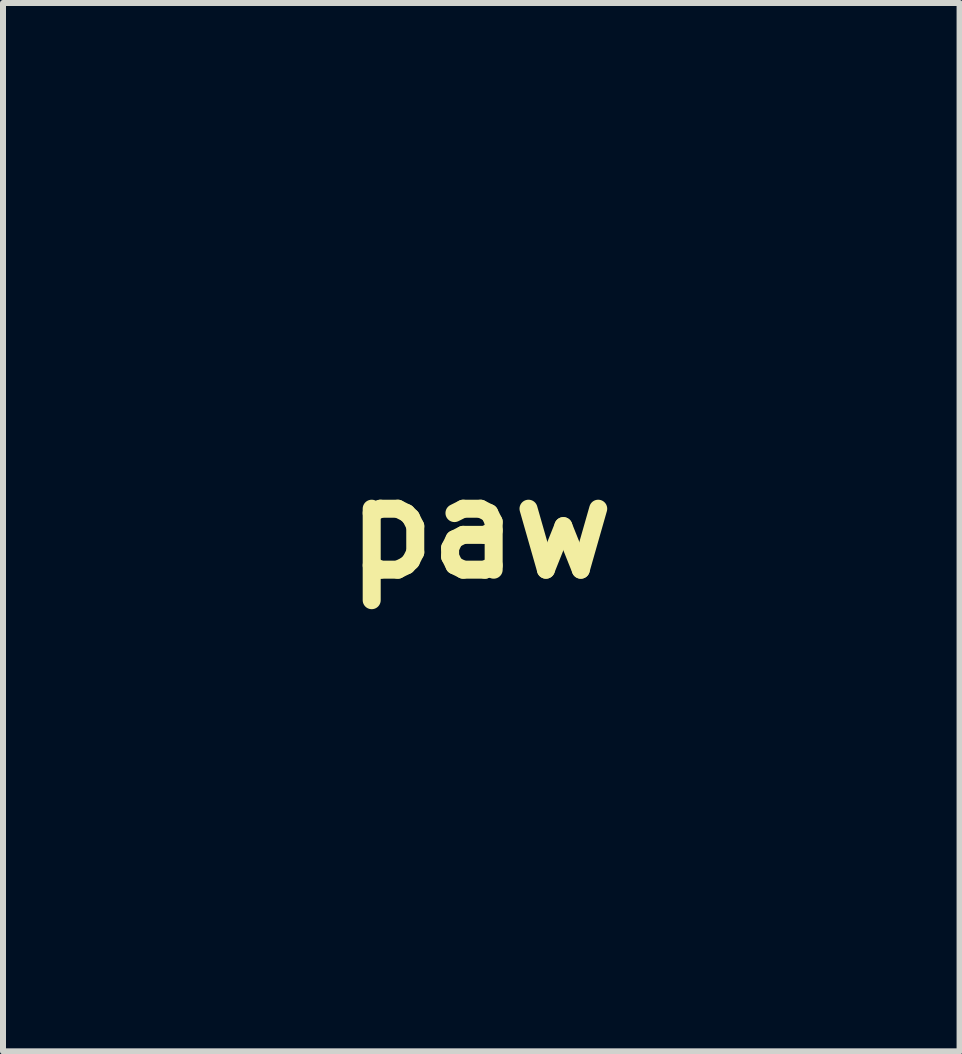
<source format=kicad_pcb>
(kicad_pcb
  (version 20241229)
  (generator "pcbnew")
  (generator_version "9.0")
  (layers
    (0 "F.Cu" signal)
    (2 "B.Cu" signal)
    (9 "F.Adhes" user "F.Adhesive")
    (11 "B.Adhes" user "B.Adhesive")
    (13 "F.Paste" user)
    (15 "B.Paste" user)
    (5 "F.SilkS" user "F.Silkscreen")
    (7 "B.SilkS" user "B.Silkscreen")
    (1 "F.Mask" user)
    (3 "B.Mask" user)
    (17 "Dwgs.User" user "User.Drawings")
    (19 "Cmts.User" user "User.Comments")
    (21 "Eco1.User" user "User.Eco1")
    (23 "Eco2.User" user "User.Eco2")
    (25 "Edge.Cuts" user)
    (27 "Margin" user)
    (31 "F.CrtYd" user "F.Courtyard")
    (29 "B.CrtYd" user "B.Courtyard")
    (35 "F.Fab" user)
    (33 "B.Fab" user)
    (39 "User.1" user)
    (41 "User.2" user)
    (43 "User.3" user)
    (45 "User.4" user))
  (footprint "paw"
    (layer "F.Cu")
    (at 4.957 5.752)
    (property "Reference" "paw" (at 0 0 0) (layer "F.SilkS") (effects (font (size 1.524 1.524) (thickness 0.3))))
    (attr through_hole)
    (fp_poly (pts (xy -1.397 -4.356) (xy -1.41 -4.343) (xy -1.422 -4.356) (xy -1.41 -4.369) (xy -1.397 -4.356)) (stroke (width 0.01) (type solid)) (fill yes) (layer "F.Mask"))
    (fp_poly (pts (xy 0.762 5.601) (xy 0.749 5.613) (xy 0.737 5.601) (xy 0.749 5.588) (xy 0.762 5.601)) (stroke (width 0.01) (type solid)) (fill yes) (layer "F.Mask"))
    (fp_poly (pts (xy 3.023 -3.924) (xy 3.01 -3.912) (xy 2.997 -3.924) (xy 3.01 -3.937) (xy 3.023 -3.924)) (stroke (width 0.01) (type solid)) (fill yes) (layer "F.Mask"))
    (fp_poly (pts (xy 4.191 -2.553) (xy 4.178 -2.54) (xy 4.166 -2.553) (xy 4.178 -2.565) (xy 4.191 -2.553)) (stroke (width 0.01) (type solid)) (fill yes) (layer "F.Mask"))
    (fp_poly (pts (xy -3.285 -2.545) (xy -3.282 -2.505) (xy -3.287 -2.496) (xy -3.298 -2.504) (xy -3.3 -2.529) (xy -3.294 -2.557) (xy -3.285 -2.545)) (stroke (width 0.01) (type solid)) (fill yes) (layer "F.Mask"))
    (fp_poly (pts (xy -0.668 -4.348) (xy -0.665 -4.308) (xy -0.67 -4.299) (xy -0.682 -4.307) (xy -0.684 -4.333) (xy -0.678 -4.36) (xy -0.668 -4.348)) (stroke (width 0.01) (type solid)) (fill yes) (layer "F.Mask"))
    (fp_poly (pts (xy -0.262 -2.545) (xy -0.259 -2.505) (xy -0.264 -2.496) (xy -0.276 -2.504) (xy -0.277 -2.529) (xy -0.271 -2.557) (xy -0.262 -2.545)) (stroke (width 0.01) (type solid)) (fill yes) (layer "F.Mask"))
    (fp_poly (pts (xy 1.77 -1.998) (xy 1.773 -1.968) (xy 1.77 -1.964) (xy 1.754 -1.968) (xy 1.753 -1.981) (xy 1.762 -2.002) (xy 1.77 -1.998)) (stroke (width 0.01) (type solid)) (fill yes) (layer "F.Mask"))
    (fp_poly (pts (xy 4.132 1.507) (xy 4.128 1.522) (xy 4.115 1.524) (xy 4.094 1.515) (xy 4.098 1.507) (xy 4.128 1.504) (xy 4.132 1.507)) (stroke (width 0.01) (type solid)) (fill yes) (layer "F.Mask"))
    (fp_poly (pts (xy -4.627 -1) (xy -4.63 -0.968) (xy -4.646 -0.954) (xy -4.672 -0.961) (xy -4.683 -0.978) (xy -4.679 -1.011) (xy -4.66 -1.016) (xy -4.627 -1)) (stroke (width 0.01) (type solid)) (fill yes) (layer "F.Mask"))
    (fp_poly (pts (xy -1.479 -0.042) (xy -1.493 -0.011) (xy -1.517 0.016) (xy -1.536 0.000421) (xy -1.536 -0.038) (xy -1.522 -0.052) (xy -1.484 -0.066) (xy -1.479 -0.042)) (stroke (width 0.01) (type solid)) (fill yes) (layer "F.Mask"))
    (fp_poly (pts (xy 2.409 0.158) (xy 2.395 0.18) (xy 2.363 0.193) (xy 2.352 0.182) (xy 2.354 0.147) (xy 2.363 0.139) (xy 2.4 0.133) (xy 2.409 0.158)) (stroke (width 0.01) (type solid)) (fill yes) (layer "F.Mask"))
    (fp_poly (pts (xy -4.783 -0.822) (xy -4.788 -0.813) (xy -4.812 -0.789) (xy -4.816 -0.787) (xy -4.818 -0.804) (xy -4.813 -0.813) (xy -4.789 -0.837) (xy -4.785 -0.838) (xy -4.783 -0.822)) (stroke (width 0.01) (type solid)) (fill yes) (layer "F.Mask"))
    (fp_poly (pts (xy -3.335 0.575) (xy -3.34 0.584) (xy -3.364 0.608) (xy -3.368 0.61) (xy -3.37 0.593) (xy -3.365 0.584) (xy -3.342 0.56) (xy -3.337 0.559) (xy -3.335 0.575)) (stroke (width 0.01) (type solid)) (fill yes) (layer "F.Mask"))
    (fp_poly (pts (xy -3.104 -0.13) (xy -3.106 -0.077) (xy -3.124 -0.041) (xy -3.149 -0.036) (xy -3.161 -0.048) (xy -3.162 -0.088) (xy -3.145 -0.133) (xy -3.113 -0.191) (xy -3.104 -0.13)) (stroke (width 0.01) (type solid)) (fill yes) (layer "F.Mask"))
    (fp_poly (pts (xy -2.345 -2.397) (xy -2.349 -2.388) (xy -2.373 -2.363) (xy -2.378 -2.362) (xy -2.38 -2.379) (xy -2.375 -2.388) (xy -2.351 -2.412) (xy -2.347 -2.413) (xy -2.345 -2.397)) (stroke (width 0.01) (type solid)) (fill yes) (layer "F.Mask"))
    (fp_poly (pts (xy -1.278 -0.161) (xy -1.283 -0.152) (xy -1.307 -0.128) (xy -1.311 -0.127) (xy -1.313 -0.143) (xy -1.308 -0.152) (xy -1.284 -0.177) (xy -1.28 -0.178) (xy -1.278 -0.161)) (stroke (width 0.01) (type solid)) (fill yes) (layer "F.Mask"))
    (fp_poly (pts (xy 1.515 -4.392) (xy 1.516 -4.387) (xy 1.52 -4.332) (xy 1.515 -4.311) (xy 1.507 -4.31) (xy 1.504 -4.35) (xy 1.504 -4.356) (xy 1.507 -4.395) (xy 1.515 -4.392)) (stroke (width 0.01) (type solid)) (fill yes) (layer "F.Mask"))
    (fp_poly (pts (xy 3.831 -3.583) (xy 3.817 -3.536) (xy 3.81 -3.518) (xy 3.793 -3.489) (xy 3.787 -3.505) (xy 3.799 -3.559) (xy 3.81 -3.581) (xy 3.829 -3.601) (xy 3.831 -3.583)) (stroke (width 0.01) (type solid)) (fill yes) (layer "F.Mask"))
    (fp_poly (pts (xy 3.937 1.634) (xy 3.937 1.648) (xy 3.935 1.692) (xy 3.918 1.696) (xy 3.891 1.68) (xy 3.873 1.657) (xy 3.898 1.627) (xy 3.928 1.609) (xy 3.937 1.634)) (stroke (width 0.01) (type solid)) (fill yes) (layer "F.Mask"))
    (fp_poly (pts (xy 4.969 -2.182) (xy 4.971 -2.178) (xy 4.974 -2.122) (xy 4.97 -2.101) (xy 4.961 -2.101) (xy 4.958 -2.14) (xy 4.958 -2.146) (xy 4.962 -2.186) (xy 4.969 -2.182)) (stroke (width 0.01) (type solid)) (fill yes) (layer "F.Mask"))
    (fp_poly (pts (xy -4.883 -0.67) (xy -4.893 -0.622) (xy -4.913 -0.547) (xy -4.932 -0.504) (xy -4.947 -0.499) (xy -4.952 -0.535) (xy -4.938 -0.606) (xy -4.915 -0.649) (xy -4.889 -0.679) (xy -4.883 -0.67)) (stroke (width 0.01) (type solid)) (fill yes) (layer "F.Mask"))
    (fp_poly (pts (xy 3.34 3.087) (xy 3.353 3.106) (xy 3.372 3.167) (xy 3.371 3.207) (xy 3.361 3.237) (xy 3.356 3.226) (xy 3.348 3.172) (xy 3.338 3.124) (xy 3.331 3.083) (xy 3.34 3.087)) (stroke (width 0.01) (type solid)) (fill yes) (layer "F.Mask"))
    (fp_poly (pts (xy -2.73 -1.723) (xy -2.722 -1.685) (xy -2.739 -1.636) (xy -2.77 -1.603) (xy -2.783 -1.6) (xy -2.816 -1.612) (xy -2.819 -1.621) (xy -2.806 -1.658) (xy -2.776 -1.699) (xy -2.744 -1.723) (xy -2.73 -1.723)) (stroke (width 0.01) (type solid)) (fill yes) (layer "F.Mask"))
    (fp_poly (pts (xy -1.047 -0.435) (xy -1.052 -0.394) (xy -1.08 -0.34) (xy -1.115 -0.295) (xy -1.143 -0.279) (xy -1.146 -0.298) (xy -1.126 -0.346) (xy -1.112 -0.372) (xy -1.077 -0.422) (xy -1.052 -0.44) (xy -1.047 -0.435)) (stroke (width 0.01) (type solid)) (fill yes) (layer "F.Mask"))
    (fp_poly (pts (xy -0.442 -1.773) (xy -0.437 -1.726) (xy -0.443 -1.688) (xy -0.466 -1.638) (xy -0.491 -1.629) (xy -0.507 -1.664) (xy -0.508 -1.683) (xy -0.498 -1.744) (xy -0.485 -1.774) (xy -0.46 -1.793) (xy -0.442 -1.773)) (stroke (width 0.01) (type solid)) (fill yes) (layer "F.Mask"))
    (fp_poly (pts (xy 2.585 0.251) (xy 2.578 0.298) (xy 2.57 0.317) (xy 2.538 0.366) (xy 2.51 0.38) (xy 2.497 0.359) (xy 2.503 0.324) (xy 2.526 0.269) (xy 2.542 0.243) (xy 2.571 0.228) (xy 2.585 0.251)) (stroke (width 0.01) (type solid)) (fill yes) (layer "F.Mask"))
    (fp_poly (pts (xy 3.417 3.756) (xy 3.447 3.837) (xy 3.45 3.89) (xy 3.425 3.929) (xy 3.416 3.937) (xy 3.395 3.949) (xy 3.384 3.932) (xy 3.379 3.88) (xy 3.379 3.819) (xy 3.38 3.67) (xy 3.417 3.756)) (stroke (width 0.01) (type solid)) (fill yes) (layer "F.Mask"))
    (fp_poly (pts (xy 4.338 1.241) (xy 4.335 1.304) (xy 4.288 1.359) (xy 4.269 1.371) (xy 4.238 1.385) (xy 4.233 1.378) (xy 4.252 1.34) (xy 4.273 1.305) (xy 4.308 1.255) (xy 4.333 1.236) (xy 4.338 1.241)) (stroke (width 0.01) (type solid)) (fill yes) (layer "F.Mask"))
    (fp_poly (pts (xy -4.484 3.384) (xy -4.467 3.412) (xy -4.436 3.48) (xy -4.426 3.515) (xy -4.438 3.514) (xy -4.468 3.472) (xy -4.478 3.456) (xy -4.508 3.396) (xy -4.52 3.35) (xy -4.52 3.349) (xy -4.509 3.348) (xy -4.484 3.384)) (stroke (width 0.01) (type solid)) (fill yes) (layer "F.Mask"))
    (fp_poly (pts (xy 1.895 0.189) (xy 1.944 0.214) (xy 1.978 0.243) (xy 1.981 0.262) (xy 1.952 0.262) (xy 1.896 0.245) (xy 1.886 0.24) (xy 1.823 0.209) (xy 1.806 0.187) (xy 1.837 0.178) (xy 1.849 0.178) (xy 1.895 0.189)) (stroke (width 0.01) (type solid)) (fill yes) (layer "F.Mask"))
    (fp_poly (pts (xy -4.185 -1.315) (xy -4.178 -1.3) (xy -4.18 -1.298) (xy -4.224 -1.274) (xy -4.286 -1.259) (xy -4.345 -1.254) (xy -4.378 -1.265) (xy -4.379 -1.266) (xy -4.374 -1.293) (xy -4.326 -1.312) (xy -4.246 -1.321) (xy -4.235 -1.321) (xy -4.185 -1.315)) (stroke (width 0.01) (type solid)) (fill yes) (layer "F.Mask"))
    (fp_poly (pts (xy -3.125 0.071) (xy -3.129 0.128) (xy -3.154 0.211) (xy -3.198 0.313) (xy -3.201 0.318) (xy -3.277 0.47) (xy -3.263 0.332) (xy -3.245 0.236) (xy -3.217 0.149) (xy -3.184 0.083) (xy -3.15 0.052) (xy -3.144 0.051) (xy -3.125 0.071)) (stroke (width 0.01) (type solid)) (fill yes) (layer "F.Mask"))
    (fp_poly (pts (xy 3.53 1.886) (xy 3.567 1.903) (xy 3.569 1.905) (xy 3.557 1.921) (xy 3.501 1.93) (xy 3.467 1.93) (xy 3.396 1.926) (xy 3.365 1.912) (xy 3.365 1.905) (xy 3.399 1.888) (xy 3.461 1.88) (xy 3.467 1.88) (xy 3.53 1.886)) (stroke (width 0.01) (type solid)) (fill yes) (layer "F.Mask"))
    (fp_poly (pts (xy -2.094 0.054) (xy -2.091 0.055) (xy -2.018 0.081) (xy -1.963 0.111) (xy -1.957 0.117) (xy -1.936 0.142) (xy -1.95 0.148) (xy -2.004 0.137) (xy -2.048 0.125) (xy -2.113 0.098) (xy -2.158 0.065) (xy -2.171 0.044) (xy -2.152 0.04) (xy -2.094 0.054)) (stroke (width 0.01) (type solid)) (fill yes) (layer "F.Mask"))
    (fp_poly (pts (xy -0.338 -2.324) (xy -0.344 -2.255) (xy -0.36 -2.167) (xy -0.381 -2.076) (xy -0.406 -1.994) (xy -0.43 -1.938) (xy -0.436 -1.929) (xy -0.486 -1.867) (xy -0.476 -1.994) (xy -0.464 -2.064) (xy -0.443 -2.147) (xy -0.415 -2.231) (xy -0.387 -2.302) (xy -0.361 -2.349) (xy -0.344 -2.359) (xy -0.338 -2.324)) (stroke (width 0.01) (type solid)) (fill yes) (layer "F.Mask"))
    (fp_poly (pts (xy -2.529 4.577) (xy -2.447 4.582) (xy -2.365 4.591) (xy -2.298 4.604) (xy -2.256 4.618) (xy -2.252 4.621) (xy -2.26 4.634) (xy -2.305 4.643) (xy -2.376 4.645) (xy -2.461 4.642) (xy -2.546 4.633) (xy -2.565 4.63) (xy -2.624 4.611) (xy -2.654 4.592) (xy -2.646 4.581) (xy -2.6 4.576) (xy -2.529 4.577)) (stroke (width 0.01) (type solid)) (fill yes) (layer "F.Mask"))
    (fp_poly (pts (xy -2.494 -2.249) (xy -2.495 -2.219) (xy -2.514 -2.158) (xy -2.546 -2.08) (xy -2.583 -1.999) (xy -2.62 -1.929) (xy -2.65 -1.886) (xy -2.697 -1.843) (xy -2.732 -1.828) (xy -2.743 -1.842) (xy -2.731 -1.887) (xy -2.7 -1.955) (xy -2.657 -2.034) (xy -2.608 -2.115) (xy -2.561 -2.185) (xy -2.521 -2.234) (xy -2.497 -2.25) (xy -2.494 -2.249)) (stroke (width 0.01) (type solid)) (fill yes) (layer "F.Mask"))
    (fp_poly (pts (xy 3.083 4.969) (xy 3.051 5.012) (xy 3.021 5.044) (xy 2.954 5.106) (xy 2.868 5.174) (xy 2.778 5.238) (xy 2.694 5.291) (xy 2.627 5.326) (xy 2.597 5.334) (xy 2.592 5.322) (xy 2.623 5.291) (xy 2.652 5.271) (xy 2.719 5.222) (xy 2.806 5.155) (xy 2.895 5.083) (xy 2.898 5.08) (xy 2.984 5.012) (xy 3.046 4.971) (xy 3.08 4.956) (xy 3.083 4.969)) (stroke (width 0.01) (type solid)) (fill yes) (layer "F.Mask"))
    (fp_poly (pts (xy 2.928 2.216) (xy 2.975 2.265) (xy 2.981 2.272) (xy 3.033 2.338) (xy 3.088 2.423) (xy 3.14 2.515) (xy 3.183 2.604) (xy 3.212 2.679) (xy 3.22 2.726) (xy 3.217 2.736) (xy 3.202 2.724) (xy 3.187 2.688) (xy 3.165 2.639) (xy 3.122 2.563) (xy 3.068 2.473) (xy 3.054 2.451) (xy 2.977 2.331) (xy 2.927 2.25) (xy 2.903 2.205) (xy 2.903 2.195) (xy 2.928 2.216)) (stroke (width 0.01) (type solid)) (fill yes) (layer "F.Mask"))
    (fp_poly (pts (xy -3.912 -1.437) (xy -3.745 -1.42) (xy -3.614 -1.383) (xy -3.524 -1.329) (xy -3.508 -1.312) (xy -3.485 -1.281) (xy -3.483 -1.275) (xy -3.512 -1.279) (xy -3.575 -1.285) (xy -3.632 -1.289) (xy -3.736 -1.304) (xy -3.803 -1.335) (xy -3.82 -1.351) (xy -3.853 -1.38) (xy -3.895 -1.393) (xy -3.96 -1.394) (xy -4.03 -1.389) (xy -4.113 -1.384) (xy -4.171 -1.387) (xy -4.191 -1.396) (xy -4.174 -1.42) (xy -4.121 -1.434) (xy -4.026 -1.439) (xy -3.912 -1.437)) (stroke (width 0.01) (type solid)) (fill yes) (layer "F.Mask"))
    (fp_poly (pts (xy -4.102 3.946) (xy -4.011 4.013) (xy -3.917 4.081) (xy -3.868 4.116) (xy -3.795 4.162) (xy -3.688 4.222) (xy -3.56 4.29) (xy -3.423 4.359) (xy -3.289 4.423) (xy -3.171 4.477) (xy -3.081 4.514) (xy -3.061 4.521) (xy -2.974 4.552) (xy -2.934 4.576) (xy -2.935 4.591) (xy -2.975 4.594) (xy -3.048 4.586) (xy -3.151 4.563) (xy -3.164 4.559) (xy -3.423 4.466) (xy -3.678 4.331) (xy -3.914 4.161) (xy -4.077 4.01) (xy -4.229 3.852) (xy -4.102 3.946)) (stroke (width 0.01) (type solid)) (fill yes) (layer "F.Mask"))
    (fp_poly (pts (xy 1.214 -0.207) (xy 1.245 -0.168) (xy 1.299 -0.103) (xy 1.365 -0.025) (xy 1.433 0.052) (xy 1.491 0.117) (xy 1.512 0.14) (xy 1.571 0.18) (xy 1.652 0.208) (xy 1.672 0.212) (xy 1.735 0.228) (xy 1.765 0.247) (xy 1.765 0.254) (xy 1.749 0.27) (xy 1.722 0.274) (xy 1.672 0.263) (xy 1.591 0.237) (xy 1.537 0.219) (xy 1.388 0.147) (xy 1.282 0.05) (xy 1.219 -0.069) (xy 1.205 -0.129) (xy 1.199 -0.196) (xy 1.206 -0.215) (xy 1.214 -0.207)) (stroke (width 0.01) (type solid)) (fill yes) (layer "F.Mask"))
    (fp_poly (pts (xy 2.645 1.619) (xy 2.657 1.629) (xy 2.713 1.667) (xy 2.787 1.705) (xy 2.8 1.711) (xy 2.867 1.748) (xy 2.894 1.791) (xy 2.896 1.808) (xy 2.918 1.893) (xy 2.984 1.95) (xy 3.091 1.981) (xy 3.207 1.986) (xy 3.285 1.987) (xy 3.338 1.995) (xy 3.353 2.004) (xy 3.336 2.03) (xy 3.282 2.04) (xy 3.185 2.034) (xy 3.155 2.03) (xy 3.006 1.987) (xy 2.862 1.906) (xy 2.739 1.796) (xy 2.653 1.674) (xy 2.626 1.619) (xy 2.623 1.603) (xy 2.645 1.619)) (stroke (width 0.01) (type solid)) (fill yes) (layer "F.Mask"))
    (fp_poly (pts (xy 2.589 5.422) (xy 2.591 5.435) (xy 2.566 5.468) (xy 2.496 5.507) (xy 2.385 5.548) (xy 2.237 5.592) (xy 2.095 5.627) (xy 1.932 5.658) (xy 1.749 5.683) (xy 1.558 5.7) (xy 1.372 5.709) (xy 1.204 5.709) (xy 1.066 5.7) (xy 1.003 5.69) (xy 0.894 5.664) (xy 0.835 5.644) (xy 0.826 5.631) (xy 0.866 5.623) (xy 0.953 5.621) (xy 1.073 5.618) (xy 1.213 5.61) (xy 1.327 5.601) (xy 1.44 5.593) (xy 1.513 5.595) (xy 1.556 5.609) (xy 1.563 5.614) (xy 1.627 5.639) (xy 1.728 5.646) (xy 1.856 5.637) (xy 2.001 5.613) (xy 2.155 5.576) (xy 2.306 5.528) (xy 2.445 5.47) (xy 2.469 5.458) (xy 2.539 5.424) (xy 2.576 5.412) (xy 2.589 5.422)) (stroke (width 0.01) (type solid)) (fill yes) (layer "F.Mask"))
    (fp_poly (pts (xy 1.589 -5.517) (xy 1.664 -5.494) (xy 1.742 -5.463) (xy 1.798 -5.433) (xy 1.816 -5.415) (xy 1.813 -5.364) (xy 1.783 -5.298) (xy 1.738 -5.24) (xy 1.679 -5.159) (xy 1.618 -5.041) (xy 1.561 -4.898) (xy 1.513 -4.744) (xy 1.478 -4.591) (xy 1.461 -4.463) (xy 1.44 -4.242) (xy 1.408 -4.061) (xy 1.361 -3.909) (xy 1.295 -3.778) (xy 1.207 -3.656) (xy 1.137 -3.579) (xy 1.081 -3.527) (xy 1.026 -3.496) (xy 0.959 -3.483) (xy 0.866 -3.484) (xy 0.749 -3.497) (xy 0.651 -3.51) (xy 0.593 -3.526) (xy 0.567 -3.556) (xy 0.562 -3.61) (xy 0.571 -3.699) (xy 0.571 -3.701) (xy 0.589 -3.814) (xy 0.618 -3.945) (xy 0.65 -4.062) (xy 0.679 -4.158) (xy 0.701 -4.238) (xy 0.711 -4.288) (xy 0.711 -4.294) (xy 0.724 -4.344) (xy 0.733 -4.357) (xy 0.754 -4.394) (xy 0.784 -4.46) (xy 0.8 -4.502) (xy 0.829 -4.568) (xy 0.854 -4.606) (xy 0.864 -4.61) (xy 0.88 -4.624) (xy 0.899 -4.674) (xy 0.916 -4.745) (xy 0.928 -4.823) (xy 0.929 -4.839) (xy 0.933 -4.875) (xy 0.94 -4.875) (xy 0.948 -4.852) (xy 0.967 -4.872) (xy 0.975 -4.891) (xy 0.977 -4.917) (xy 0.965 -4.915) (xy 0.941 -4.882) (xy 0.94 -4.875) (xy 0.933 -4.875) (xy 0.936 -4.909) (xy 0.946 -4.943) (xy 0.966 -4.953) (xy 0.975 -4.953) (xy 1.012 -4.974) (xy 1.025 -4.997) (xy 1.068 -5.083) (xy 1.141 -5.187) (xy 1.232 -5.295) (xy 1.331 -5.396) (xy 1.426 -5.475) (xy 1.455 -5.495) (xy 1.498 -5.519) (xy 1.537 -5.527) (xy 1.589 -5.517)) (stroke (width 0.01) (type solid)) (fill yes) (layer "F.Mask"))
    (fp_poly (pts (xy -3.133 -4.094) (xy -3.126 -4.029) (xy -3.124 -3.98) (xy -3.116 -3.887) (xy -3.097 -3.803) (xy -3.085 -3.774) (xy -3.059 -3.685) (xy -3.063 -3.583) (xy -3.079 -3.489) (xy -3.105 -3.371) (xy -3.137 -3.243) (xy -3.17 -3.118) (xy -3.202 -3.011) (xy -3.229 -2.935) (xy -3.236 -2.918) (xy -3.262 -2.852) (xy -3.29 -2.763) (xy -3.302 -2.713) (xy -3.358 -2.5) (xy -3.419 -2.306) (xy -3.483 -2.141) (xy -3.546 -2.016) (xy -3.596 -1.925) (xy -3.637 -1.836) (xy -3.657 -1.781) (xy -3.682 -1.688) (xy -3.848 -1.688) (xy -3.934 -1.688) (xy -3.996 -1.69) (xy -4.021 -1.693) (xy -4.047 -1.7) (xy -4.101 -1.708) (xy -4.173 -1.731) (xy -4.207 -1.778) (xy -4.208 -1.857) (xy -4.194 -1.923) (xy -4.17 -2.017) (xy -4.143 -2.13) (xy -4.126 -2.21) (xy -4.092 -2.375) (xy -4.064 -2.5) (xy -4.042 -2.593) (xy -4.022 -2.663) (xy -4.002 -2.72) (xy -3.985 -2.759) (xy -3.953 -2.841) (xy -3.927 -2.914) (xy -3.923 -2.931) (xy -3.905 -2.98) (xy -3.888 -2.997) (xy -3.873 -3.02) (xy -3.852 -3.077) (xy -3.837 -3.131) (xy -3.815 -3.213) (xy -3.798 -3.279) (xy -3.791 -3.302) (xy -3.786 -3.327) (xy -3.801 -3.31) (xy -3.807 -3.302) (xy -3.829 -3.278) (xy -3.835 -3.3) (xy -3.835 -3.307) (xy -3.819 -3.356) (xy -3.804 -3.371) (xy -3.777 -3.403) (xy -3.738 -3.467) (xy -3.7 -3.543) (xy -3.655 -3.627) (xy -3.61 -3.695) (xy -3.579 -3.728) (xy -3.541 -3.769) (xy -3.531 -3.797) (xy -3.511 -3.841) (xy -3.497 -3.853) (xy -3.455 -3.892) (xy -3.439 -3.917) (xy -3.406 -3.955) (xy -3.349 -4.005) (xy -3.281 -4.055) (xy -3.215 -4.098) (xy -3.165 -4.123) (xy -3.145 -4.125) (xy -3.133 -4.094)) (stroke (width 0.01) (type solid)) (fill yes) (layer "F.Mask"))
    (fp_poly (pts (xy 3.468 -5.011) (xy 3.528 -4.97) (xy 3.597 -4.909) (xy 3.604 -4.903) (xy 3.671 -4.842) (xy 3.726 -4.801) (xy 3.758 -4.788) (xy 3.76 -4.788) (xy 3.782 -4.777) (xy 3.805 -4.726) (xy 3.827 -4.643) (xy 3.845 -4.54) (xy 3.859 -4.425) (xy 3.864 -4.309) (xy 3.864 -4.301) (xy 3.843 -4.02) (xy 3.812 -3.875) (xy 3.787 -3.77) (xy 3.768 -3.676) (xy 3.759 -3.61) (xy 3.759 -3.601) (xy 3.749 -3.528) (xy 3.725 -3.446) (xy 3.721 -3.438) (xy 3.696 -3.368) (xy 3.682 -3.312) (xy 3.681 -3.305) (xy 3.667 -3.264) (xy 3.632 -3.196) (xy 3.583 -3.115) (xy 3.581 -3.111) (xy 3.51 -2.998) (xy 3.446 -2.888) (xy 3.393 -2.79) (xy 3.357 -2.715) (xy 3.342 -2.669) (xy 3.343 -2.66) (xy 3.343 -2.629) (xy 3.321 -2.578) (xy 3.288 -2.525) (xy 3.255 -2.488) (xy 3.246 -2.483) (xy 3.197 -2.482) (xy 3.162 -2.491) (xy 3.096 -2.508) (xy 3.046 -2.513) (xy 2.982 -2.532) (xy 2.925 -2.573) (xy 2.885 -2.636) (xy 2.844 -2.73) (xy 2.809 -2.836) (xy 2.787 -2.936) (xy 2.783 -2.971) (xy 2.787 -3.044) (xy 2.802 -3.148) (xy 2.825 -3.267) (xy 2.852 -3.385) (xy 2.88 -3.485) (xy 2.904 -3.548) (xy 2.933 -3.614) (xy 2.946 -3.665) (xy 2.946 -3.669) (xy 2.959 -3.704) (xy 2.971 -3.708) (xy 2.991 -3.731) (xy 3.017 -3.788) (xy 3.034 -3.84) (xy 3.062 -3.942) (xy 3.072 -3.998) (xy 3.062 -4.007) (xy 3.046 -3.988) (xy 3.03 -3.97) (xy 3.033 -3.996) (xy 3.037 -4.013) (xy 3.063 -4.072) (xy 3.087 -4.102) (xy 3.112 -4.139) (xy 3.142 -4.208) (xy 3.163 -4.267) (xy 3.193 -4.349) (xy 3.223 -4.412) (xy 3.239 -4.437) (xy 3.261 -4.479) (xy 3.282 -4.551) (xy 3.289 -4.59) (xy 3.304 -4.667) (xy 3.321 -4.724) (xy 3.328 -4.738) (xy 3.345 -4.777) (xy 3.363 -4.847) (xy 3.371 -4.89) (xy 3.394 -4.979) (xy 3.424 -5.021) (xy 3.432 -5.024) (xy 3.468 -5.011)) (stroke (width 0.01) (type solid)) (fill yes) (layer "F.Mask"))
    (fp_poly (pts (xy -0.394 -5.744) (xy -0.35 -5.729) (xy -0.317 -5.706) (xy -0.3 -5.67) (xy -0.293 -5.607) (xy -0.293 -5.549) (xy -0.298 -5.454) (xy -0.317 -5.375) (xy -0.357 -5.29) (xy -0.383 -5.245) (xy -0.442 -5.137) (xy -0.5 -5.018) (xy -0.534 -4.94) (xy -0.57 -4.855) (xy -0.603 -4.784) (xy -0.623 -4.75) (xy -0.644 -4.705) (xy -0.667 -4.629) (xy -0.683 -4.559) (xy -0.707 -4.446) (xy -0.733 -4.318) (xy -0.749 -4.242) (xy -0.769 -4.141) (xy -0.788 -4.046) (xy -0.798 -3.991) (xy -0.814 -3.929) (xy -0.844 -3.836) (xy -0.883 -3.729) (xy -0.9 -3.686) (xy -0.946 -3.561) (xy -0.99 -3.428) (xy -1.024 -3.311) (xy -1.029 -3.289) (xy -1.054 -3.185) (xy -1.078 -3.087) (xy -1.094 -3.02) (xy -1.13 -2.922) (xy -1.181 -2.838) (xy -1.238 -2.777) (xy -1.295 -2.745) (xy -1.344 -2.751) (xy -1.353 -2.758) (xy -1.385 -2.77) (xy -1.452 -2.783) (xy -1.515 -2.791) (xy -1.659 -2.807) (xy -1.703 -2.934) (xy -1.726 -3.026) (xy -1.737 -3.116) (xy -1.735 -3.15) (xy -1.713 -3.31) (xy -1.683 -3.472) (xy -1.649 -3.623) (xy -1.613 -3.748) (xy -1.586 -3.824) (xy -1.549 -3.91) (xy -1.52 -3.988) (xy -1.51 -4.02) (xy -1.491 -4.07) (xy -1.473 -4.089) (xy -1.455 -4.112) (xy -1.428 -4.175) (xy -1.392 -4.269) (xy -1.354 -4.385) (xy -1.327 -4.47) (xy -1.322 -4.496) (xy -1.338 -4.479) (xy -1.343 -4.47) (xy -1.366 -4.451) (xy -1.371 -4.462) (xy -1.355 -4.502) (xy -1.328 -4.536) (xy -1.296 -4.58) (xy -1.253 -4.656) (xy -1.208 -4.747) (xy -1.204 -4.755) (xy -1.158 -4.848) (xy -1.11 -4.928) (xy -1.072 -4.979) (xy -1.07 -4.981) (xy -1.03 -5.034) (xy -1.016 -5.079) (xy -0.999 -5.138) (xy -0.982 -5.161) (xy -0.945 -5.208) (xy -0.912 -5.259) (xy -0.842 -5.376) (xy -0.774 -5.464) (xy -0.694 -5.54) (xy -0.657 -5.569) (xy -0.591 -5.625) (xy -0.547 -5.674) (xy -0.533 -5.7) (xy -0.512 -5.731) (xy -0.459 -5.747) (xy -0.394 -5.744)) (stroke (width 0.01) (type solid)) (fill yes) (layer "F.Mask"))
    (fp_poly (pts (xy 4.553 -3.893) (xy 4.617 -3.818) (xy 4.683 -3.719) (xy 4.729 -3.635) (xy 4.774 -3.552) (xy 4.818 -3.489) (xy 4.852 -3.462) (xy 4.881 -3.44) (xy 4.905 -3.385) (xy 4.926 -3.29) (xy 4.928 -3.281) (xy 4.938 -3.199) (xy 4.946 -3.09) (xy 4.953 -2.967) (xy 4.957 -2.839) (xy 4.958 -2.719) (xy 4.956 -2.618) (xy 4.951 -2.548) (xy 4.944 -2.521) (xy 4.937 -2.488) (xy 4.928 -2.417) (xy 4.919 -2.322) (xy 4.917 -2.285) (xy 4.9 -2.091) (xy 4.878 -1.934) (xy 4.847 -1.8) (xy 4.805 -1.674) (xy 4.765 -1.581) (xy 4.715 -1.46) (xy 4.673 -1.344) (xy 4.642 -1.244) (xy 4.627 -1.169) (xy 4.629 -1.129) (xy 4.63 -1.127) (xy 4.632 -1.096) (xy 4.619 -1.04) (xy 4.618 -1.039) (xy 4.584 -0.983) (xy 4.532 -0.969) (xy 4.456 -0.997) (xy 4.445 -1.003) (xy 4.384 -1.031) (xy 4.342 -1.04) (xy 4.287 -1.064) (xy 4.222 -1.129) (xy 4.152 -1.228) (xy 4.087 -1.347) (xy 4.05 -1.426) (xy 4.028 -1.488) (xy 4.017 -1.548) (xy 4.017 -1.624) (xy 4.023 -1.732) (xy 4.025 -1.753) (xy 4.037 -1.869) (xy 4.056 -1.991) (xy 4.081 -2.109) (xy 4.107 -2.212) (xy 4.133 -2.29) (xy 4.157 -2.332) (xy 4.165 -2.337) (xy 4.182 -2.359) (xy 4.198 -2.414) (xy 4.202 -2.432) (xy 4.217 -2.519) (xy 4.231 -2.6) (xy 4.232 -2.603) (xy 4.237 -2.651) (xy 4.228 -2.654) (xy 4.218 -2.642) (xy 4.197 -2.618) (xy 4.192 -2.642) (xy 4.191 -2.649) (xy 4.208 -2.694) (xy 4.225 -2.707) (xy 4.247 -2.737) (xy 4.275 -2.802) (xy 4.302 -2.892) (xy 4.306 -2.91) (xy 4.331 -2.999) (xy 4.354 -3.066) (xy 4.371 -3.098) (xy 4.374 -3.099) (xy 4.388 -3.121) (xy 4.394 -3.175) (xy 4.394 -3.183) (xy 4.399 -3.247) (xy 4.412 -3.286) (xy 4.413 -3.287) (xy 4.431 -3.326) (xy 4.438 -3.361) (xy 4.445 -3.416) (xy 4.456 -3.5) (xy 4.466 -3.569) (xy 4.476 -3.681) (xy 4.476 -3.798) (xy 4.471 -3.855) (xy 4.454 -3.989) (xy 4.553 -3.893)) (stroke (width 0.01) (type solid)) (fill yes) (layer "F.Mask"))
    (fp_poly (pts (xy -3.876 -1.31) (xy -3.76 -1.267) (xy -3.654 -1.216) (xy -3.518 -1.135) (xy -3.429 -1.056) (xy -3.385 -0.979) (xy -3.38 -0.919) (xy -3.381 -0.838) (xy -3.365 -0.802) (xy -3.343 -0.803) (xy -3.309 -0.791) (xy -3.278 -0.729) (xy -3.277 -0.726) (xy -3.252 -0.667) (xy -3.228 -0.636) (xy -3.223 -0.635) (xy -3.191 -0.656) (xy -3.185 -0.715) (xy -3.205 -0.806) (xy -3.215 -0.837) (xy -3.24 -0.923) (xy -3.242 -0.974) (xy -3.223 -0.987) (xy -3.184 -0.957) (xy -3.173 -0.944) (xy -3.118 -0.841) (xy -3.086 -0.699) (xy -3.078 -0.534) (xy -3.085 -0.414) (xy -3.112 -0.313) (xy -3.152 -0.224) (xy -3.191 -0.137) (xy -3.218 -0.059) (xy -3.226 -0.015) (xy -3.242 0.043) (xy -3.27 0.073) (xy -3.306 0.121) (xy -3.316 0.196) (xy -3.332 0.286) (xy -3.372 0.4) (xy -3.429 0.524) (xy -3.496 0.642) (xy -3.553 0.721) (xy -3.599 0.787) (xy -3.628 0.842) (xy -3.632 0.861) (xy -3.653 0.9) (xy -3.703 0.941) (xy -3.712 0.947) (xy -3.763 0.983) (xy -3.776 1.007) (xy -3.753 1.009) (xy -3.708 0.991) (xy -3.657 0.97) (xy -3.644 0.983) (xy -3.669 1.029) (xy -3.685 1.051) (xy -3.737 1.099) (xy -3.817 1.153) (xy -3.908 1.205) (xy -3.997 1.246) (xy -4.066 1.267) (xy -4.082 1.269) (xy -4.134 1.26) (xy -4.208 1.239) (xy -4.229 1.232) (xy -4.318 1.183) (xy -4.426 1.092) (xy -4.496 1.021) (xy -4.602 0.913) (xy -4.682 0.843) (xy -4.742 0.806) (xy -4.786 0.799) (xy -4.813 0.812) (xy -4.842 0.824) (xy -4.863 0.791) (xy -4.866 0.782) (xy -4.883 0.72) (xy -4.889 0.686) (xy -4.899 0.637) (xy -4.92 0.568) (xy -4.923 0.559) (xy -4.937 0.487) (xy -4.945 0.384) (xy -4.948 0.264) (xy -4.945 0.138) (xy -4.937 0.018) (xy -4.924 -0.082) (xy -4.908 -0.151) (xy -4.897 -0.171) (xy -4.875 -0.218) (xy -4.853 -0.302) (xy -4.834 -0.409) (xy -4.832 -0.429) (xy -4.806 -0.577) (xy -4.773 -0.678) (xy -4.752 -0.713) (xy -4.716 -0.771) (xy -4.699 -0.816) (xy -4.699 -0.819) (xy -4.677 -0.871) (xy -4.62 -0.932) (xy -4.54 -0.993) (xy -4.449 -1.045) (xy -4.36 -1.081) (xy -4.295 -1.092) (xy -4.245 -1.106) (xy -4.227 -1.122) (xy -4.223 -1.139) (xy -4.242 -1.13) (xy -4.263 -1.124) (xy -4.256 -1.14) (xy -4.22 -1.158) (xy -4.189 -1.155) (xy -4.15 -1.153) (xy -4.14 -1.166) (xy -4.118 -1.187) (xy -4.061 -1.205) (xy -4.036 -1.21) (xy -3.974 -1.223) (xy -3.957 -1.236) (xy -3.973 -1.25) (xy -4.001 -1.28) (xy -4 -1.297) (xy -3.956 -1.32) (xy -3.876 -1.31)) (stroke (width 0.01) (type solid)) (fill yes) (layer "F.Mask"))
    (fp_poly (pts (xy 3.877 -0.958) (xy 3.932 -0.939) (xy 3.971 -0.917) (xy 4.066 -0.845) (xy 4.15 -0.757) (xy 4.21 -0.669) (xy 4.233 -0.609) (xy 4.254 -0.553) (xy 4.28 -0.524) (xy 4.309 -0.492) (xy 4.33 -0.436) (xy 4.369 -0.349) (xy 4.436 -0.288) (xy 4.503 -0.267) (xy 4.54 -0.255) (xy 4.558 -0.22) (xy 4.563 -0.163) (xy 4.57 -0.077) (xy 4.583 -0.001) (xy 4.584 0.006) (xy 4.593 0.088) (xy 4.586 0.2) (xy 4.567 0.33) (xy 4.539 0.466) (xy 4.504 0.597) (xy 4.465 0.71) (xy 4.425 0.795) (xy 4.392 0.835) (xy 4.353 0.879) (xy 4.343 0.912) (xy 4.33 0.966) (xy 4.31 1.004) (xy 4.282 1.06) (xy 4.253 1.138) (xy 4.246 1.161) (xy 4.227 1.213) (xy 4.197 1.267) (xy 4.15 1.33) (xy 4.081 1.411) (xy 3.983 1.517) (xy 3.94 1.563) (xy 3.875 1.609) (xy 3.78 1.652) (xy 3.674 1.686) (xy 3.578 1.702) (xy 3.564 1.702) (xy 3.481 1.708) (xy 3.43 1.723) (xy 3.421 1.745) (xy 3.433 1.758) (xy 3.439 1.77) (xy 3.398 1.767) (xy 3.385 1.765) (xy 3.323 1.76) (xy 3.302 1.776) (xy 3.279 1.793) (xy 3.219 1.802) (xy 3.184 1.803) (xy 3.113 1.805) (xy 3.085 1.812) (xy 3.091 1.831) (xy 3.111 1.854) (xy 3.142 1.891) (xy 3.137 1.903) (xy 3.109 1.903) (xy 3.05 1.895) (xy 3.028 1.888) (xy 2.998 1.862) (xy 2.948 1.804) (xy 2.886 1.725) (xy 2.82 1.636) (xy 2.757 1.547) (xy 2.706 1.469) (xy 2.682 1.427) (xy 2.649 1.336) (xy 2.645 1.255) (xy 2.668 1.203) (xy 2.681 1.164) (xy 2.671 1.118) (xy 2.644 1.093) (xy 2.639 1.092) (xy 2.622 1.07) (xy 2.605 1.014) (xy 2.6 0.99) (xy 2.583 0.919) (xy 2.564 0.895) (xy 2.546 0.914) (xy 2.533 0.973) (xy 2.527 1.067) (xy 2.527 1.073) (xy 2.525 1.179) (xy 2.515 1.24) (xy 2.498 1.258) (xy 2.47 1.239) (xy 2.461 1.229) (xy 2.439 1.171) (xy 2.429 1.068) (xy 2.428 1.006) (xy 2.431 0.847) (xy 2.442 0.725) (xy 2.461 0.629) (xy 2.493 0.544) (xy 2.539 0.458) (xy 2.548 0.443) (xy 2.595 0.359) (xy 2.629 0.286) (xy 2.642 0.239) (xy 2.659 0.186) (xy 2.702 0.13) (xy 2.706 0.126) (xy 2.746 0.077) (xy 2.758 0.035) (xy 2.757 0.032) (xy 2.762 -0.006) (xy 2.786 -0.075) (xy 2.824 -0.162) (xy 2.835 -0.184) (xy 2.892 -0.279) (xy 2.969 -0.383) (xy 3.058 -0.489) (xy 3.152 -0.588) (xy 3.242 -0.671) (xy 3.321 -0.732) (xy 3.38 -0.761) (xy 3.392 -0.762) (xy 3.451 -0.778) (xy 3.479 -0.799) (xy 3.492 -0.822) (xy 3.471 -0.828) (xy 3.418 -0.821) (xy 3.359 -0.815) (xy 3.329 -0.819) (xy 3.327 -0.822) (xy 3.35 -0.85) (xy 3.411 -0.881) (xy 3.496 -0.913) (xy 3.593 -0.939) (xy 3.69 -0.956) (xy 3.708 -0.958) (xy 3.808 -0.963) (xy 3.877 -0.958)) (stroke (width 0.01) (type solid)) (fill yes) (layer "F.Mask"))
    (fp_poly (pts (xy -1.429 -2.729) (xy -1.355 -2.714) (xy -1.283 -2.69) (xy -1.229 -2.652) (xy -1.176 -2.587) (xy -1.155 -2.556) (xy -1.105 -2.466) (xy -1.067 -2.374) (xy -1.054 -2.324) (xy -1.023 -2.152) (xy -0.989 -2.025) (xy -0.952 -1.941) (xy -0.909 -1.894) (xy -0.86 -1.88) (xy -0.838 -1.876) (xy -0.825 -1.858) (xy -0.82 -1.816) (xy -0.82 -1.743) (xy -0.825 -1.632) (xy -0.83 -1.517) (xy -0.835 -1.414) (xy -0.838 -1.338) (xy -0.838 -1.315) (xy -0.848 -1.259) (xy -0.865 -1.231) (xy -0.885 -1.196) (xy -0.889 -1.163) (xy -0.896 -1.108) (xy -0.914 -1.033) (xy -0.939 -0.954) (xy -0.964 -0.886) (xy -0.986 -0.844) (xy -0.994 -0.838) (xy -1.016 -0.816) (xy -1.047 -0.759) (xy -1.083 -0.679) (xy -1.117 -0.59) (xy -1.143 -0.506) (xy -1.18 -0.429) (xy -1.245 -0.338) (xy -1.328 -0.245) (xy -1.419 -0.161) (xy -1.505 -0.097) (xy -1.576 -0.064) (xy -1.58 -0.063) (xy -1.647 -0.058) (xy -1.749 -0.057) (xy -1.871 -0.061) (xy -1.996 -0.069) (xy -2.11 -0.08) (xy -2.141 -0.084) (xy -2.211 -0.107) (xy -2.257 -0.136) (xy -2.304 -0.172) (xy -2.324 -0.168) (xy -2.319 -0.127) (xy -2.319 -0.085) (xy -2.347 -0.081) (xy -2.398 -0.112) (xy -2.43 -0.141) (xy -2.475 -0.181) (xy -2.504 -0.195) (xy -2.507 -0.194) (xy -2.513 -0.156) (xy -2.483 -0.101) (xy -2.424 -0.039) (xy -2.373 0.001) (xy -2.3 0.058) (xy -2.264 0.1) (xy -2.268 0.124) (xy -2.288 0.127) (xy -2.318 0.111) (xy -2.373 0.067) (xy -2.443 0.006) (xy -2.456 -0.006) (xy -2.538 -0.087) (xy -2.615 -0.171) (xy -2.671 -0.239) (xy -2.716 -0.308) (xy -2.74 -0.359) (xy -2.741 -0.385) (xy -2.719 -0.379) (xy -2.692 -0.356) (xy -2.645 -0.318) (xy -2.612 -0.305) (xy -2.572 -0.289) (xy -2.532 -0.26) (xy -2.501 -0.234) (xy -2.495 -0.237) (xy -2.513 -0.277) (xy -2.527 -0.305) (xy -2.572 -0.385) (xy -2.618 -0.459) (xy -2.621 -0.464) (xy -2.685 -0.589) (xy -2.699 -0.712) (xy -2.687 -0.772) (xy -2.672 -0.838) (xy -2.683 -0.88) (xy -2.701 -0.902) (xy -2.732 -0.957) (xy -2.743 -1.018) (xy -2.751 -1.071) (xy -2.769 -1.092) (xy -2.801 -1.07) (xy -2.821 -1.011) (xy -2.824 -0.932) (xy -2.819 -0.886) (xy -2.812 -0.805) (xy -2.823 -0.754) (xy -2.85 -0.741) (xy -2.875 -0.757) (xy -2.896 -0.807) (xy -2.905 -0.902) (xy -2.905 -0.973) (xy -2.896 -1.153) (xy -2.874 -1.296) (xy -2.835 -1.414) (xy -2.775 -1.519) (xy -2.761 -1.54) (xy -2.711 -1.615) (xy -2.677 -1.679) (xy -2.667 -1.713) (xy -2.649 -1.756) (xy -2.605 -1.811) (xy -2.588 -1.828) (xy -2.543 -1.878) (xy -2.524 -1.919) (xy -2.526 -1.928) (xy -2.525 -1.97) (xy -2.494 -2.038) (xy -2.441 -2.123) (xy -2.372 -2.216) (xy -2.296 -2.307) (xy -2.219 -2.389) (xy -2.149 -2.451) (xy -2.093 -2.485) (xy -2.074 -2.489) (xy -2.037 -2.505) (xy -1.985 -2.545) (xy -1.976 -2.553) (xy -1.896 -2.603) (xy -1.806 -2.616) (xy -1.738 -2.622) (xy -1.694 -2.637) (xy -1.689 -2.642) (xy -1.7 -2.659) (xy -1.753 -2.667) (xy -1.77 -2.668) (xy -1.83 -2.67) (xy -1.847 -2.679) (xy -1.826 -2.699) (xy -1.818 -2.706) (xy -1.757 -2.729) (xy -1.662 -2.741) (xy -1.547 -2.741) (xy -1.429 -2.729)) (stroke (width 0.01) (type solid)) (fill yes) (layer "F.Mask"))
    (fp_poly (pts (xy -0.241 0.624) (xy 0.043 0.685) (xy 0.359 0.781) (xy 0.472 0.822) (xy 0.544 0.84) (xy 0.657 0.856) (xy 0.799 0.87) (xy 0.929 0.878) (xy 1.065 0.887) (xy 1.189 0.898) (xy 1.289 0.911) (xy 1.352 0.924) (xy 1.361 0.927) (xy 1.411 0.956) (xy 1.491 1.011) (xy 1.589 1.084) (xy 1.697 1.169) (xy 1.806 1.256) (xy 1.906 1.34) (xy 1.988 1.413) (xy 2.043 1.467) (xy 2.057 1.484) (xy 2.086 1.519) (xy 2.146 1.583) (xy 2.229 1.67) (xy 2.331 1.774) (xy 2.446 1.888) (xy 2.478 1.92) (xy 2.675 2.121) (xy 2.834 2.299) (xy 2.961 2.46) (xy 3.058 2.61) (xy 3.13 2.754) (xy 3.182 2.9) (xy 3.2 2.972) (xy 3.224 3.066) (xy 3.257 3.185) (xy 3.292 3.303) (xy 3.296 3.315) (xy 3.344 3.548) (xy 3.349 3.796) (xy 3.316 4.047) (xy 3.245 4.293) (xy 3.14 4.521) (xy 3.003 4.723) (xy 2.941 4.792) (xy 2.888 4.853) (xy 2.858 4.901) (xy 2.854 4.923) (xy 2.846 4.952) (xy 2.81 4.996) (xy 2.76 5.044) (xy 2.71 5.081) (xy 2.674 5.095) (xy 2.669 5.094) (xy 2.641 5.103) (xy 2.591 5.139) (xy 2.556 5.171) (xy 2.443 5.259) (xy 2.301 5.33) (xy 2.119 5.39) (xy 2.096 5.396) (xy 1.997 5.424) (xy 1.946 5.444) (xy 1.943 5.455) (xy 1.987 5.461) (xy 2.015 5.461) (xy 2.075 5.466) (xy 2.107 5.479) (xy 2.108 5.482) (xy 2.085 5.507) (xy 2.02 5.531) (xy 1.926 5.551) (xy 1.811 5.566) (xy 1.686 5.576) (xy 1.562 5.578) (xy 1.46 5.573) (xy 1.185 5.543) (xy 0.952 5.508) (xy 0.751 5.467) (xy 0.574 5.417) (xy 0.412 5.356) (xy 0.255 5.282) (xy 0.249 5.279) (xy 0.144 5.219) (xy 0.043 5.153) (xy -0.034 5.093) (xy -0.045 5.082) (xy -0.097 5.037) (xy -0.163 4.988) (xy -0.165 4.987) (xy 2.774 4.987) (xy 2.774 5.003) (xy 2.778 5.004) (xy 2.799 4.986) (xy 2.823 4.959) (xy 2.845 4.929) (xy 2.831 4.936) (xy 2.813 4.95) (xy 2.774 4.987) (xy -0.165 4.987) (xy -0.233 4.94) (xy -0.298 4.9) (xy -0.346 4.875) (xy -0.369 4.87) (xy -0.367 4.878) (xy -0.36 4.893) (xy -0.366 4.898) (xy -0.392 4.894) (xy -0.444 4.877) (xy -0.531 4.846) (xy -0.651 4.8) (xy -0.76 4.761) (xy -0.849 4.73) (xy -0.91 4.712) (xy -0.933 4.709) (xy -0.922 4.731) (xy -0.869 4.771) (xy -0.775 4.826) (xy -0.645 4.896) (xy -0.505 4.965) (xy -0.358 5.038) (xy -0.253 5.093) (xy -0.183 5.135) (xy -0.144 5.166) (xy -0.13 5.191) (xy -0.131 5.205) (xy -0.157 5.208) (xy -0.218 5.191) (xy -0.307 5.156) (xy -0.33 5.146) (xy -0.433 5.1) (xy -0.563 5.041) (xy -0.704 4.978) (xy -0.813 4.93) (xy -0.928 4.878) (xy -1.03 4.831) (xy -1.107 4.795) (xy -1.148 4.775) (xy -1.149 4.774) (xy -1.195 4.759) (xy -1.275 4.741) (xy -1.374 4.724) (xy -1.391 4.722) (xy -1.489 4.707) (xy -1.621 4.684) (xy -1.773 4.657) (xy -1.927 4.627) (xy -1.968 4.619) (xy -2.132 4.589) (xy -2.306 4.562) (xy -2.473 4.54) (xy -2.612 4.526) (xy -2.631 4.524) (xy -2.761 4.514) (xy -2.858 4.501) (xy -2.94 4.481) (xy -3.025 4.45) (xy -3.131 4.402) (xy -3.15 4.393) (xy -3.253 4.346) (xy -3.343 4.31) (xy -3.406 4.29) (xy -3.429 4.287) (xy -3.473 4.276) (xy -3.547 4.239) (xy -3.642 4.181) (xy -3.75 4.109) (xy -3.862 4.028) (xy -3.969 3.945) (xy -4.062 3.865) (xy -4.103 3.826) (xy -4.266 3.627) (xy -4.386 3.405) (xy -4.462 3.163) (xy -4.493 2.906) (xy -4.477 2.638) (xy -4.432 2.426) (xy -4.404 2.32) (xy -4.382 2.228) (xy -4.37 2.165) (xy -4.369 2.149) (xy -4.354 2.108) (xy -4.316 2.039) (xy -4.259 1.951) (xy -4.216 1.89) (xy -4.136 1.776) (xy -4.081 1.694) (xy -4.053 1.644) (xy -4.053 1.629) (xy -4.081 1.651) (xy -4.138 1.712) (xy -4.151 1.727) (xy -4.228 1.815) (xy -4.277 1.869) (xy -4.303 1.894) (xy -4.31 1.892) (xy -4.303 1.87) (xy -4.295 1.848) (xy -4.23 1.72) (xy -4.129 1.574) (xy -3.999 1.419) (xy -3.848 1.262) (xy -3.683 1.112) (xy -3.511 0.977) (xy -3.446 0.931) (xy -3.278 0.84) (xy -3.074 0.763) (xy -2.845 0.705) (xy -2.607 0.668) (xy -2.4 0.657) (xy -2.274 0.655) (xy -2.156 0.65) (xy -2.062 0.643) (xy -2.019 0.638) (xy -1.96 0.632) (xy -1.904 0.64) (xy -1.835 0.665) (xy -1.738 0.713) (xy -1.737 0.714) (xy -1.562 0.795) (xy -1.414 0.84) (xy -1.283 0.852) (xy -1.162 0.832) (xy -1.149 0.827) (xy -1.064 0.794) (xy -1.004 0.76) (xy -0.976 0.731) (xy -0.984 0.713) (xy -1.007 0.709) (xy -1.031 0.702) (xy -1.013 0.688) (xy -0.963 0.669) (xy -0.888 0.647) (xy -0.798 0.627) (xy -0.709 0.611) (xy -0.492 0.599) (xy -0.241 0.624)) (stroke (width 0.01) (type solid)) (fill yes) (layer "F.Mask"))
    (fp_poly (pts (xy 0.666 -3.353) (xy 0.78 -3.32) (xy 0.87 -3.275) (xy 0.885 -3.264) (xy 0.953 -3.217) (xy 1.021 -3.187) (xy 1.024 -3.187) (xy 1.079 -3.167) (xy 1.106 -3.147) (xy 1.137 -3.128) (xy 1.199 -3.105) (xy 1.222 -3.098) (xy 1.298 -3.083) (xy 1.346 -3.091) (xy 1.364 -3.103) (xy 1.395 -3.118) (xy 1.425 -3.1) (xy 1.457 -3.06) (xy 1.493 -3.004) (xy 1.512 -2.963) (xy 1.512 -2.959) (xy 1.526 -2.922) (xy 1.558 -2.866) (xy 1.561 -2.861) (xy 1.606 -2.76) (xy 1.637 -2.614) (xy 1.654 -2.427) (xy 1.657 -2.264) (xy 1.653 -2.138) (xy 1.643 -2.053) (xy 1.627 -2.001) (xy 1.615 -1.983) (xy 1.584 -1.925) (xy 1.575 -1.867) (xy 1.577 -1.818) (xy 1.593 -1.814) (xy 1.627 -1.843) (xy 1.65 -1.86) (xy 1.656 -1.852) (xy 1.642 -1.81) (xy 1.607 -1.729) (xy 1.601 -1.717) (xy 1.553 -1.604) (xy 1.529 -1.531) (xy 1.528 -1.493) (xy 1.55 -1.488) (xy 1.575 -1.499) (xy 1.616 -1.543) (xy 1.626 -1.582) (xy 1.645 -1.657) (xy 1.697 -1.749) (xy 1.773 -1.85) (xy 1.865 -1.948) (xy 1.963 -2.033) (xy 2.026 -2.075) (xy 2.088 -2.118) (xy 2.127 -2.156) (xy 2.134 -2.171) (xy 2.156 -2.195) (xy 2.213 -2.215) (xy 2.234 -2.219) (xy 2.305 -2.237) (xy 2.347 -2.258) (xy 2.353 -2.276) (xy 2.321 -2.284) (xy 2.279 -2.282) (xy 2.224 -2.28) (xy 2.201 -2.29) (xy 2.202 -2.294) (xy 2.249 -2.331) (xy 2.335 -2.361) (xy 2.447 -2.381) (xy 2.565 -2.388) (xy 2.661 -2.386) (xy 2.725 -2.377) (xy 2.774 -2.354) (xy 2.827 -2.312) (xy 2.845 -2.296) (xy 2.94 -2.181) (xy 2.991 -2.078) (xy 3.052 -1.959) (xy 3.121 -1.887) (xy 3.171 -1.845) (xy 3.194 -1.807) (xy 3.196 -1.753) (xy 3.189 -1.696) (xy 3.188 -1.586) (xy 3.214 -1.504) (xy 3.264 -1.456) (xy 3.304 -1.448) (xy 3.343 -1.436) (xy 3.343 -1.403) (xy 3.332 -1.356) (xy 3.316 -1.277) (xy 3.3 -1.187) (xy 3.283 -1.099) (xy 3.264 -1.033) (xy 3.249 -1.002) (xy 3.249 -1.002) (xy 3.23 -0.967) (xy 3.226 -0.938) (xy 3.215 -0.871) (xy 3.205 -0.844) (xy 3.133 -0.698) (xy 3.077 -0.595) (xy 3.035 -0.53) (xy 3.005 -0.499) (xy 2.997 -0.495) (xy 2.959 -0.464) (xy 2.927 -0.413) (xy 2.895 -0.35) (xy 2.847 -0.27) (xy 2.82 -0.229) (xy 2.765 -0.139) (xy 2.713 -0.047) (xy 2.696 -0.012) (xy 2.656 0.06) (xy 2.614 0.117) (xy 2.603 0.127) (xy 2.574 0.148) (xy 2.564 0.137) (xy 2.57 0.087) (xy 2.572 0.069) (xy 2.588 -0.028) (xy 2.509 0.039) (xy 2.465 0.073) (xy 2.423 0.091) (xy 2.369 0.097) (xy 2.285 0.094) (xy 2.237 0.091) (xy 2.131 0.083) (xy 2.033 0.078) (xy 1.964 0.075) (xy 1.962 0.075) (xy 1.906 0.067) (xy 1.88 0.05) (xy 1.88 0.049) (xy 1.859 0.035) (xy 1.821 0.039) (xy 1.754 0.041) (xy 1.693 0.027) (xy 1.645 0.012) (xy 1.631 0.022) (xy 1.638 0.049) (xy 1.641 0.098) (xy 1.608 0.111) (xy 1.539 0.089) (xy 1.528 0.083) (xy 1.47 0.049) (xy 1.428 0.004) (xy 1.394 -0.066) (xy 1.358 -0.171) (xy 1.358 -0.173) (xy 1.331 -0.291) (xy 1.322 -0.4) (xy 1.332 -0.485) (xy 1.359 -0.533) (xy 1.389 -0.574) (xy 1.395 -0.615) (xy 1.375 -0.635) (xy 1.372 -0.635) (xy 1.356 -0.658) (xy 1.347 -0.714) (xy 1.346 -0.737) (xy 1.338 -0.809) (xy 1.318 -0.839) (xy 1.292 -0.829) (xy 1.266 -0.785) (xy 1.246 -0.712) (xy 1.24 -0.66) (xy 1.226 -0.589) (xy 1.201 -0.548) (xy 1.174 -0.544) (xy 1.152 -0.58) (xy 1.148 -0.602) (xy 1.14 -0.659) (xy 1.046 -0.609) (xy 0.97 -0.571) (xy 0.928 -0.56) (xy 0.915 -0.575) (xy 0.915 -0.578) (xy 0.935 -0.603) (xy 0.984 -0.636) (xy 1.044 -0.667) (xy 1.094 -0.685) (xy 1.105 -0.686) (xy 1.133 -0.708) (xy 1.155 -0.762) (xy 1.156 -0.768) (xy 1.181 -0.847) (xy 1.212 -0.911) (xy 1.232 -0.951) (xy 1.228 -0.962) (xy 1.228 -0.962) (xy 1.184 -0.939) (xy 1.118 -0.902) (xy 1.045 -0.858) (xy 0.978 -0.816) (xy 0.93 -0.784) (xy 0.914 -0.771) (xy 0.931 -0.77) (xy 0.94 -0.775) (xy 0.963 -0.773) (xy 0.965 -0.763) (xy 0.944 -0.737) (xy 0.889 -0.733) (xy 0.883 -0.733) (xy 0.858 -0.716) (xy 0.84 -0.689) (xy 0.799 -0.646) (xy 0.737 -0.61) (xy 0.688 -0.586) (xy 0.68 -0.567) (xy 0.7 -0.548) (xy 0.728 -0.521) (xy 0.714 -0.496) (xy 0.699 -0.483) (xy 0.644 -0.459) (xy 0.572 -0.45) (xy 0.569 -0.45) (xy 0.503 -0.443) (xy 0.483 -0.417) (xy 0.504 -0.389) (xy 0.561 -0.38) (xy 0.641 -0.388) (xy 0.732 -0.411) (xy 0.816 -0.446) (xy 0.888 -0.48) (xy 0.94 -0.498) (xy 0.958 -0.499) (xy 0.961 -0.471) (xy 0.919 -0.439) (xy 0.829 -0.4) (xy 0.771 -0.38) (xy 0.616 -0.344) (xy 0.459 -0.335) (xy 0.315 -0.353) (xy 0.214 -0.389) (xy 0.14 -0.43) (xy 0.229 -0.434) (xy 0.316 -0.442) (xy 0.394 -0.456) (xy 0.428 -0.466) (xy 0.434 -0.476) (xy 0.404 -0.491) (xy 0.334 -0.515) (xy 0.285 -0.53) (xy 0.13 -0.59) (xy 0.019 -0.664) (xy -0.054 -0.758) (xy -0.083 -0.826) (xy -0.115 -0.896) (xy -0.149 -0.921) (xy -0.154 -0.921) (xy -0.189 -0.937) (xy -0.23 -0.987) (xy -0.24 -1.003) (xy -0.275 -1.06) (xy -0.303 -1.09) (xy -0.309 -1.092) (xy -0.33 -1.072) (xy -0.33 -1.021) (xy -0.311 -0.954) (xy -0.277 -0.882) (xy -0.255 -0.849) (xy -0.198 -0.763) (xy -0.18 -0.709) (xy -0.203 -0.687) (xy -0.213 -0.686) (xy -0.253 -0.707) (xy -0.304 -0.762) (xy -0.357 -0.837) (xy -0.401 -0.921) (xy -0.417 -0.958) (xy -0.44 -1.043) (xy -0.461 -1.15) (xy -0.477 -1.261) (xy -0.482 -1.308) (xy 1.422 -1.308) (xy 1.435 -1.295) (xy 1.448 -1.308) (xy 1.435 -1.321) (xy 1.422 -1.308) (xy -0.482 -1.308) (xy -0.486 -1.357) (xy -0.485 -1.41) (xy -0.473 -1.462) (xy -0.449 -1.54) (xy -0.43 -1.595) (xy -0.402 -1.687) (xy -0.384 -1.775) (xy -0.381 -1.813) (xy -0.363 -1.896) (xy -0.331 -1.942) (xy -0.295 -1.999) (xy -0.296 -2.058) (xy -0.295 -2.136) (xy -0.272 -2.244) (xy -0.231 -2.369) (xy -0.179 -2.498) (xy -0.118 -2.619) (xy -0.056 -2.718) (xy -0.033 -2.747) (xy -0.001 -2.807) (xy 0.007 -2.844) (xy 0.03 -2.897) (xy 0.079 -2.948) (xy 0.082 -2.95) (xy 0.131 -2.993) (xy 0.151 -3.024) (xy 0.139 -3.035) (xy 0.097 -3.017) (xy 0.087 -3.011) (xy 0.032 -2.98) (xy 0.013 -2.985) (xy 0.027 -3.026) (xy 0.05 -3.066) (xy 0.108 -3.136) (xy 0.194 -3.213) (xy 0.292 -3.285) (xy 0.387 -3.34) (xy 0.451 -3.364) (xy 0.549 -3.369) (xy 0.666 -3.353)) (stroke (width 0.01) (type solid)) (fill yes) (layer "F.Mask")))
  (gr_rect
    (start -3 -3)
    (end 12.937 14.466)
    (stroke (width 0.1) (type default))
    (fill no)
    (layer "Edge.Cuts")))
</source>
